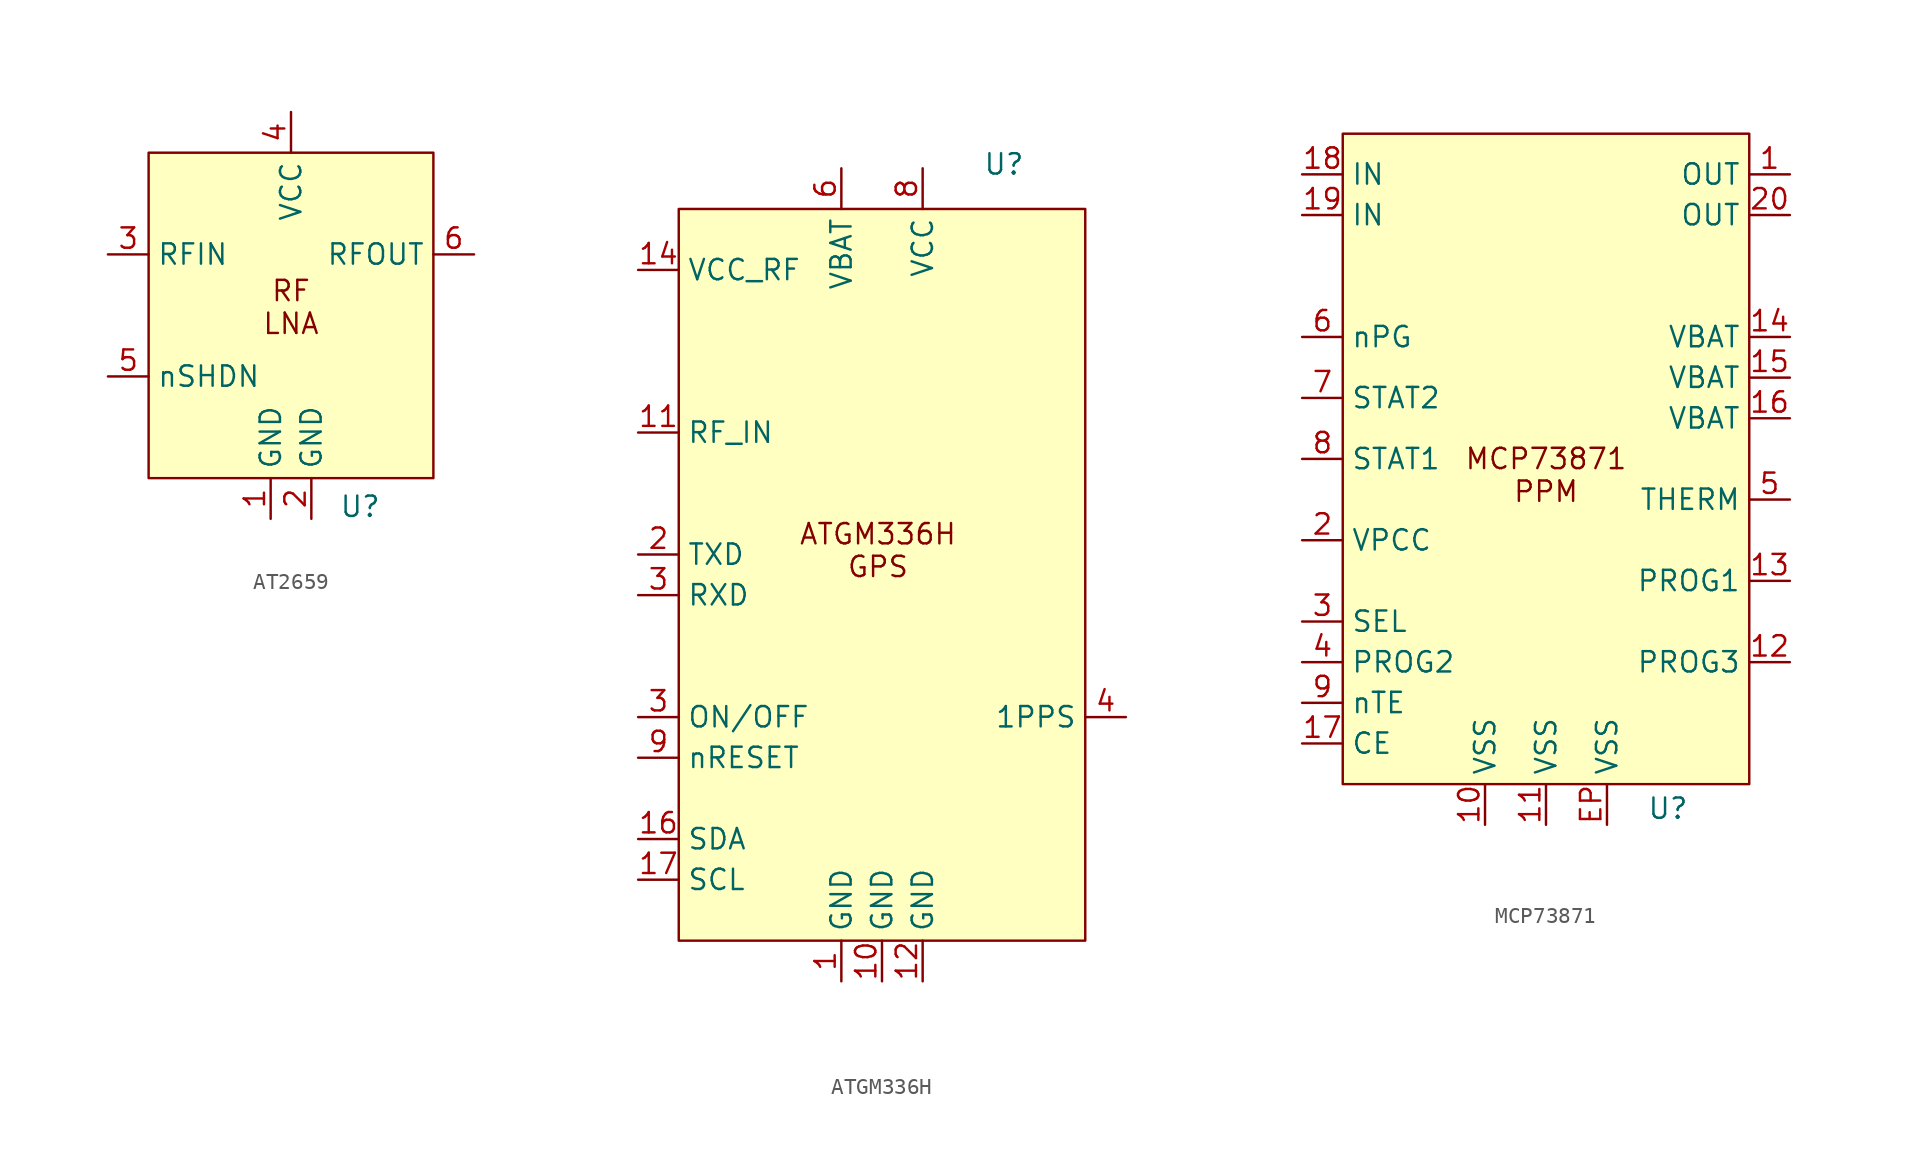
<source format=kicad_sym>
(kicad_symbol_lib
  (version 20241209)
  (generator "kicad_symbol_editor")
  (generator_version "9.0")
  (symbol "AT2659"
    (property "Reference" "U"
      (at 4.318 -11.938 0)
      (do_not_autoplace)
      (effects (font (size 1.27 1.27))))
    (property "Value" ""
      (at 0 0 0)
      (effects (font (size 1.27 1.27))))
    (symbol "AT2659_1_1"
      (rectangle (start -8.89 10.16) (end 8.89 -10.16) (stroke (width 0) (type solid)) (fill (type background)))
      (text "RF\nLNA" (at 0 0.508 0) (effects (font (size 1.27 1.27))))
      (pin input line (at -11.43 3.81 0) (length 2.54) (name "RFIN" (effects (font (size 1.27 1.27)))) (number "3" (effects (font (size 1.27 1.27)))))
      (pin input line (at -11.43 -3.81 0) (length 2.54) (name "nSHDN" (effects (font (size 1.27 1.27)))) (number "5" (effects (font (size 1.27 1.27)))))
      (pin power_in line (at -1.27 -12.7 90) (length 2.54) (name "GND" (effects (font (size 1.27 1.27)))) (number "1" (effects (font (size 1.27 1.27)))))
      (pin power_in line (at 0 12.7 270) (length 2.54) (name "VCC" (effects (font (size 1.27 1.27)))) (number "4" (effects (font (size 1.27 1.27)))))
      (pin power_in line (at 1.27 -12.7 90) (length 2.54) (name "GND" (effects (font (size 1.27 1.27)))) (number "2" (effects (font (size 1.27 1.27)))))
      (pin input line (at 11.43 3.81 180) (length 2.54) (name "RFOUT" (effects (font (size 1.27 1.27)))) (number "6" (effects (font (size 1.27 1.27)))))))
  (symbol "ATGM336H"
    (property "Reference" "U"
      (at 7.62 40.894 0)
      (do_not_autoplace)
      (effects (font (size 1.27 1.27))))
    (property "Value" ""
      (at 0 0 0)
      (effects (font (size 1.27 1.27))))
    (symbol "ATGM336H_1_1"
      (rectangle (start -12.7 38.1) (end 12.7 -7.62) (stroke (width 0) (type solid)) (fill (type background)))
      (text "ATGM336H\nGPS" (at -0.254 16.764 0) (effects (font (size 1.27 1.27))))
      (pin power_out line (at -15.24 34.29 0) (length 2.54) (name "VCC_RF" (effects (font (size 1.27 1.27)))) (number "14" (effects (font (size 1.27 1.27)))))
      (pin input line (at -15.24 24.13 0) (length 2.54) (name "RF_IN" (effects (font (size 1.27 1.27)))) (number "11" (effects (font (size 1.27 1.27)))))
      (pin output line (at -15.24 16.51 0) (length 2.54) (name "TXD" (effects (font (size 1.27 1.27)))) (number "2" (effects (font (size 1.27 1.27)))))
      (pin input line (at -15.24 13.97 0) (length 2.54) (name "RXD" (effects (font (size 1.27 1.27)))) (number "3" (effects (font (size 1.27 1.27)))))
      (pin input line (at -15.24 6.35 0) (length 2.54) (name "ON/OFF" (effects (font (size 1.27 1.27)))) (number "3" (effects (font (size 1.27 1.27)))))
      (pin input line (at -15.24 3.81 0) (length 2.54) (name "nRESET" (effects (font (size 1.27 1.27)))) (number "9" (effects (font (size 1.27 1.27)))))
      (pin bidirectional line (at -15.24 -1.27 0) (length 2.54) (name "SDA" (effects (font (size 1.27 1.27)))) (number "16" (effects (font (size 1.27 1.27)))))
      (pin input line (at -15.24 -3.81 0) (length 2.54) (name "SCL" (effects (font (size 1.27 1.27)))) (number "17" (effects (font (size 1.27 1.27)))))
      (pin power_in line (at -2.54 40.64 270) (length 2.54) (name "VBAT" (effects (font (size 1.27 1.27)))) (number "6" (effects (font (size 1.27 1.27)))))
      (pin power_in line (at -2.54 -10.16 90) (length 2.54) (name "GND" (effects (font (size 1.27 1.27)))) (number "1" (effects (font (size 1.27 1.27)))))
      (pin power_in line (at 0 -10.16 90) (length 2.54) (name "GND" (effects (font (size 1.27 1.27)))) (number "10" (effects (font (size 1.27 1.27)))))
      (pin power_in line (at 2.54 40.64 270) (length 2.54) (name "VCC" (effects (font (size 1.27 1.27)))) (number "8" (effects (font (size 1.27 1.27)))))
      (pin power_in line (at 2.54 -10.16 90) (length 2.54) (name "GND" (effects (font (size 1.27 1.27)))) (number "12" (effects (font (size 1.27 1.27)))))
      (pin output line (at 15.24 6.35 180) (length 2.54) (name "1PPS" (effects (font (size 1.27 1.27)))) (number "4" (effects (font (size 1.27 1.27)))))))
  (symbol "MCP73871"
    (property "Reference" "U"
      (at 7.62 -19.304 0)
      (do_not_autoplace)
      (effects (font (size 1.27 1.27))))
    (property "Value" ""
      (at 0 0 0)
      (effects (font (size 1.27 1.27))))
    (symbol "MCP73871_1_1"
      (rectangle (start -12.7 22.86) (end 12.7 -17.78) (stroke (width 0) (type solid)) (fill (type background)))
      (text "MCP73871\nPPM" (at 0 1.524 0) (effects (font (size 1.27 1.27))))
      (pin power_in line (at -15.24 20.32 0) (length 2.54) (name "IN" (effects (font (size 1.27 1.27)))) (number "18" (effects (font (size 1.27 1.27)))))
      (pin power_in line (at -15.24 17.78 0) (length 2.54) (name "IN" (effects (font (size 1.27 1.27)))) (number "19" (effects (font (size 1.27 1.27)))))
      (pin output line (at -15.24 10.16 0) (length 2.54) (name "nPG" (effects (font (size 1.27 1.27)))) (number "6" (effects (font (size 1.27 1.27)))))
      (pin output line (at -15.24 6.35 0) (length 2.54) (name "STAT2" (effects (font (size 1.27 1.27)))) (number "7" (effects (font (size 1.27 1.27)))))
      (pin output line (at -15.24 2.54 0) (length 2.54) (name "STAT1" (effects (font (size 1.27 1.27)))) (number "8" (effects (font (size 1.27 1.27)))))
      (pin input line (at -15.24 -2.54 0) (length 2.54) (name "VPCC" (effects (font (size 1.27 1.27)))) (number "2" (effects (font (size 1.27 1.27)))))
      (pin input line (at -15.24 -7.62 0) (length 2.54) (name "SEL" (effects (font (size 1.27 1.27)))) (number "3" (effects (font (size 1.27 1.27)))))
      (pin input line (at -15.24 -10.16 0) (length 2.54) (name "PROG2" (effects (font (size 1.27 1.27)))) (number "4" (effects (font (size 1.27 1.27)))))
      (pin input line (at -15.24 -12.7 0) (length 2.54) (name "nTE" (effects (font (size 1.27 1.27)))) (number "9" (effects (font (size 1.27 1.27)))))
      (pin input line (at -15.24 -15.24 0) (length 2.54) (name "CE" (effects (font (size 1.27 1.27)))) (number "17" (effects (font (size 1.27 1.27)))))
      (pin power_in line (at -3.81 -20.32 90) (length 2.54) (name "VSS" (effects (font (size 1.27 1.27)))) (number "10" (effects (font (size 1.27 1.27)))))
      (pin power_in line (at 0 -20.32 90) (length 2.54) (name "VSS" (effects (font (size 1.27 1.27)))) (number "11" (effects (font (size 1.27 1.27)))))
      (pin power_in line (at 3.81 -20.32 90) (length 2.54) (name "VSS" (effects (font (size 1.27 1.27)))) (number "EP" (effects (font (size 1.27 1.27)))))
      (pin power_in line (at 15.24 20.32 180) (length 2.54) (name "OUT" (effects (font (size 1.27 1.27)))) (number "1" (effects (font (size 1.27 1.27)))))
      (pin power_in line (at 15.24 17.78 180) (length 2.54) (name "OUT" (effects (font (size 1.27 1.27)))) (number "20" (effects (font (size 1.27 1.27)))))
      (pin power_in line (at 15.24 10.16 180) (length 2.54) (name "VBAT" (effects (font (size 1.27 1.27)))) (number "14" (effects (font (size 1.27 1.27)))))
      (pin power_in line (at 15.24 7.62 180) (length 2.54) (name "VBAT" (effects (font (size 1.27 1.27)))) (number "15" (effects (font (size 1.27 1.27)))))
      (pin power_in line (at 15.24 5.08 180) (length 2.54) (name "VBAT" (effects (font (size 1.27 1.27)))) (number "16" (effects (font (size 1.27 1.27)))))
      (pin input line (at 15.24 0 180) (length 2.54) (name "THERM" (effects (font (size 1.27 1.27)))) (number "5" (effects (font (size 1.27 1.27)))))
      (pin input line (at 15.24 -5.08 180) (length 2.54) (name "PROG1" (effects (font (size 1.27 1.27)))) (number "13" (effects (font (size 1.27 1.27)))))
      (pin input line (at 15.24 -10.16 180) (length 2.54) (name "PROG3" (effects (font (size 1.27 1.27)))) (number "12" (effects (font (size 1.27 1.27))))))))
</source>
